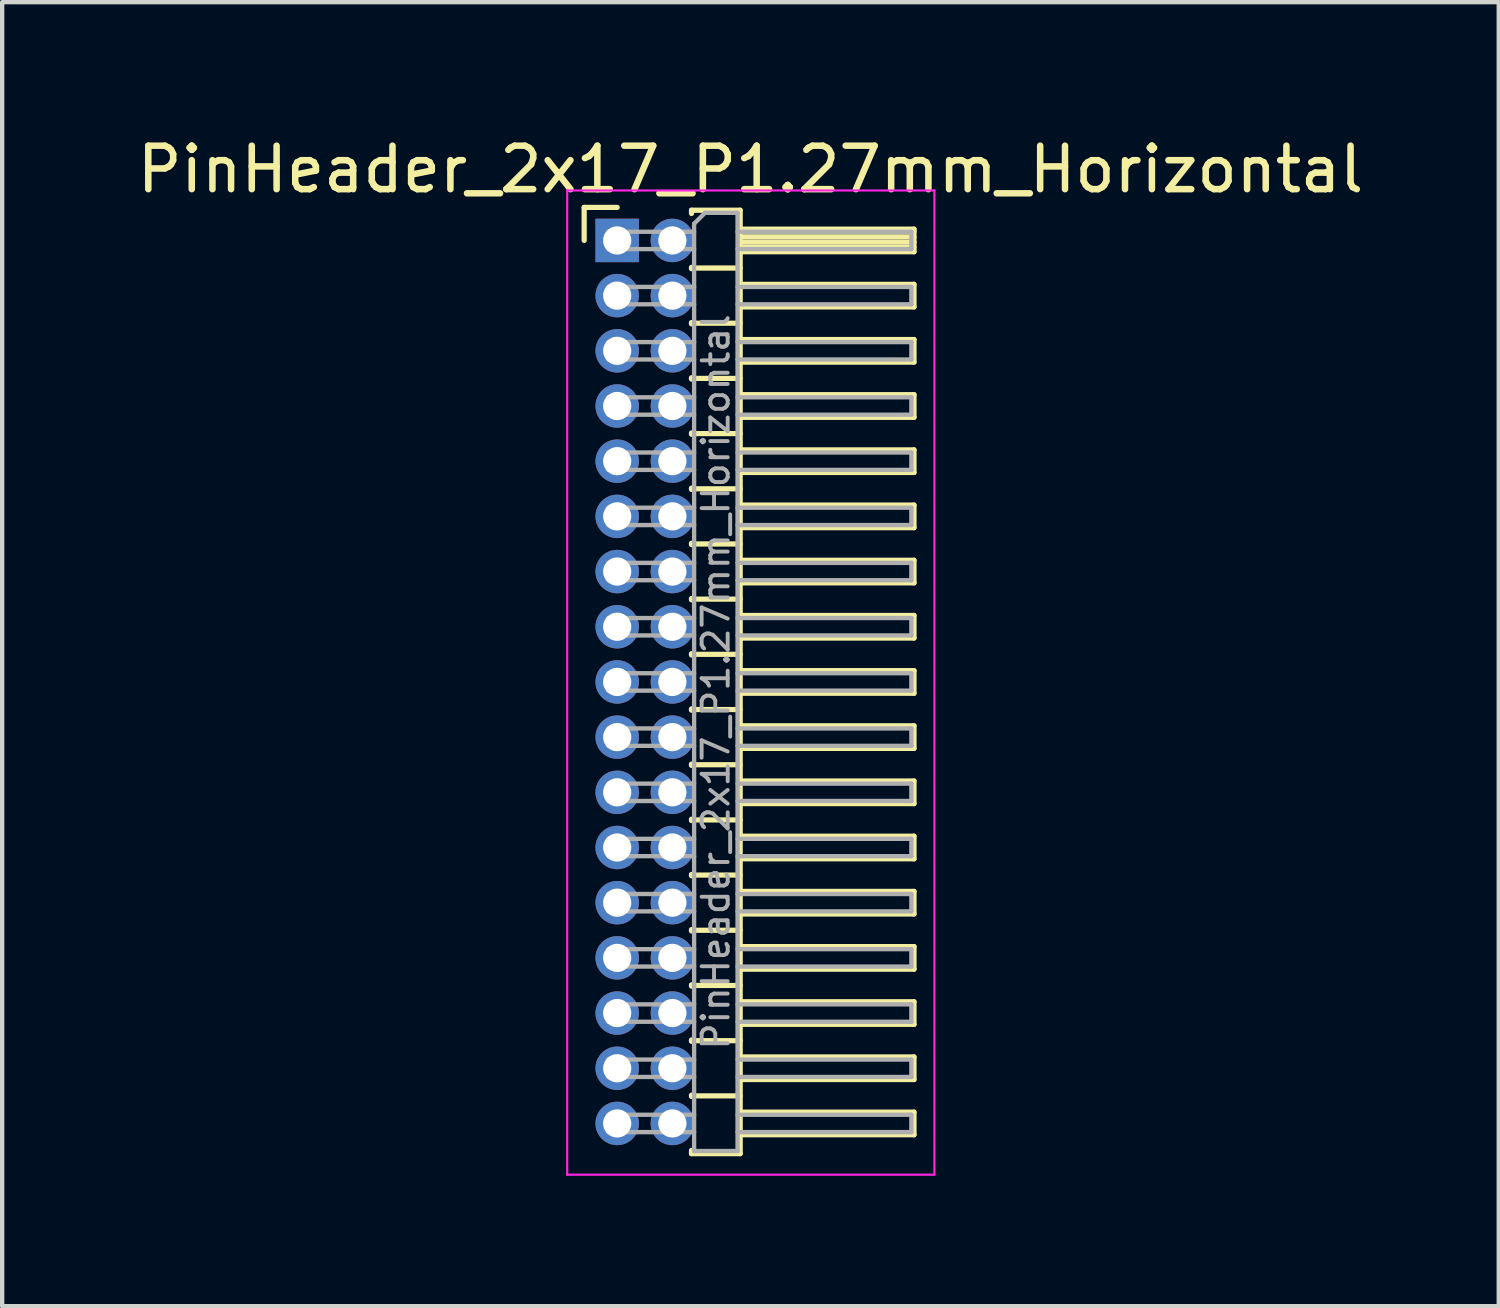
<source format=kicad_pcb>
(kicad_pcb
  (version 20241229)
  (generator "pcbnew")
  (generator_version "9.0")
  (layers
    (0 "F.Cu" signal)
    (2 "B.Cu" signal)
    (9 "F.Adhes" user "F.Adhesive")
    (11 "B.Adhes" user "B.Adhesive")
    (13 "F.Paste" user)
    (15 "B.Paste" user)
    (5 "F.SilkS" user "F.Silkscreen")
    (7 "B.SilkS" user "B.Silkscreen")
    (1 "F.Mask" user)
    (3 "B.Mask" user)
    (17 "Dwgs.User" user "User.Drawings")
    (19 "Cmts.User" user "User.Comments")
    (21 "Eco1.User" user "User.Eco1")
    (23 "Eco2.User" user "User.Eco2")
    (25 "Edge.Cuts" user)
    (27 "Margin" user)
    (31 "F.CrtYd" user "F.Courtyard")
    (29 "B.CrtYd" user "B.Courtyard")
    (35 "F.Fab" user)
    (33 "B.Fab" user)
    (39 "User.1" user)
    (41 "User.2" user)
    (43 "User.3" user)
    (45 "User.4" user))
  (footprint "PinHeader_2x17_P1.27mm_Horizontal"
    (layer "F.Cu")
    (at 11.153 2.483)
    (property "Reference" "PinHeader_2x17_P1.27mm_Horizontal" (at 3.067 -1.635 0) (layer "F.SilkS") (effects (font (size 1 1) (thickness 0.15))))
    (attr through_hole)
    (fp_line (start -0.76 -0.76) (end 0 -0.76) (stroke (width 0.12) (type solid)) (layer "F.SilkS"))
    (fp_line (start -0.76 0) (end -0.76 -0.76) (stroke (width 0.12) (type solid)) (layer "F.SilkS"))
    (fp_line (start 1.71 -0.695) (end 2.83 -0.695) (stroke (width 0.12) (type solid)) (layer "F.SilkS"))
    (fp_line (start 1.71 -0.62) (end 1.71 -0.695) (stroke (width 0.12) (type solid)) (layer "F.SilkS"))
    (fp_line (start 1.71 0.62) (end 1.71 0.65) (stroke (width 0.12) (type solid)) (layer "F.SilkS"))
    (fp_line (start 1.71 0.635) (end 2.83 0.635) (stroke (width 0.12) (type solid)) (layer "F.SilkS"))
    (fp_line (start 1.71 1.89) (end 1.71 1.92) (stroke (width 0.12) (type solid)) (layer "F.SilkS"))
    (fp_line (start 1.71 1.905) (end 2.83 1.905) (stroke (width 0.12) (type solid)) (layer "F.SilkS"))
    (fp_line (start 1.71 3.16) (end 1.71 3.19) (stroke (width 0.12) (type solid)) (layer "F.SilkS"))
    (fp_line (start 1.71 3.175) (end 2.83 3.175) (stroke (width 0.12) (type solid)) (layer "F.SilkS"))
    (fp_line (start 1.71 4.43) (end 1.71 4.46) (stroke (width 0.12) (type solid)) (layer "F.SilkS"))
    (fp_line (start 1.71 4.445) (end 2.83 4.445) (stroke (width 0.12) (type solid)) (layer "F.SilkS"))
    (fp_line (start 1.71 5.7) (end 1.71 5.73) (stroke (width 0.12) (type solid)) (layer "F.SilkS"))
    (fp_line (start 1.71 5.715) (end 2.83 5.715) (stroke (width 0.12) (type solid)) (layer "F.SilkS"))
    (fp_line (start 1.71 6.97) (end 1.71 7) (stroke (width 0.12) (type solid)) (layer "F.SilkS"))
    (fp_line (start 1.71 6.985) (end 2.83 6.985) (stroke (width 0.12) (type solid)) (layer "F.SilkS"))
    (fp_line (start 1.71 8.24) (end 1.71 8.27) (stroke (width 0.12) (type solid)) (layer "F.SilkS"))
    (fp_line (start 1.71 8.255) (end 2.83 8.255) (stroke (width 0.12) (type solid)) (layer "F.SilkS"))
    (fp_line (start 1.71 9.51) (end 1.71 9.54) (stroke (width 0.12) (type solid)) (layer "F.SilkS"))
    (fp_line (start 1.71 9.525) (end 2.83 9.525) (stroke (width 0.12) (type solid)) (layer "F.SilkS"))
    (fp_line (start 1.71 10.78) (end 1.71 10.81) (stroke (width 0.12) (type solid)) (layer "F.SilkS"))
    (fp_line (start 1.71 10.795) (end 2.83 10.795) (stroke (width 0.12) (type solid)) (layer "F.SilkS"))
    (fp_line (start 1.71 12.05) (end 1.71 12.08) (stroke (width 0.12) (type solid)) (layer "F.SilkS"))
    (fp_line (start 1.71 12.065) (end 2.83 12.065) (stroke (width 0.12) (type solid)) (layer "F.SilkS"))
    (fp_line (start 1.71 13.32) (end 1.71 13.35) (stroke (width 0.12) (type solid)) (layer "F.SilkS"))
    (fp_line (start 1.71 13.335) (end 2.83 13.335) (stroke (width 0.12) (type solid)) (layer "F.SilkS"))
    (fp_line (start 1.71 14.59) (end 1.71 14.62) (stroke (width 0.12) (type solid)) (layer "F.SilkS"))
    (fp_line (start 1.71 14.605) (end 2.83 14.605) (stroke (width 0.12) (type solid)) (layer "F.SilkS"))
    (fp_line (start 1.71 15.86) (end 1.71 15.89) (stroke (width 0.12) (type solid)) (layer "F.SilkS"))
    (fp_line (start 1.71 15.875) (end 2.83 15.875) (stroke (width 0.12) (type solid)) (layer "F.SilkS"))
    (fp_line (start 1.71 17.13) (end 1.71 17.16) (stroke (width 0.12) (type solid)) (layer "F.SilkS"))
    (fp_line (start 1.71 17.145) (end 2.83 17.145) (stroke (width 0.12) (type solid)) (layer "F.SilkS"))
    (fp_line (start 1.71 18.4) (end 1.71 18.43) (stroke (width 0.12) (type solid)) (layer "F.SilkS"))
    (fp_line (start 1.71 18.415) (end 2.83 18.415) (stroke (width 0.12) (type solid)) (layer "F.SilkS"))
    (fp_line (start 1.71 19.67) (end 1.71 19.7) (stroke (width 0.12) (type solid)) (layer "F.SilkS"))
    (fp_line (start 1.71 19.685) (end 2.83 19.685) (stroke (width 0.12) (type solid)) (layer "F.SilkS"))
    (fp_line (start 1.71 21.015) (end 1.71 20.94) (stroke (width 0.12) (type solid)) (layer "F.SilkS"))
    (fp_line (start 2.83 -0.695) (end 2.83 21.015) (stroke (width 0.12) (type solid)) (layer "F.SilkS"))
    (fp_line (start 2.83 -0.26) (end 6.83 -0.26) (stroke (width 0.12) (type solid)) (layer "F.SilkS"))
    (fp_line (start 2.83 -0.2) (end 6.83 -0.2) (stroke (width 0.12) (type solid)) (layer "F.SilkS"))
    (fp_line (start 2.83 -0.08) (end 6.83 -0.08) (stroke (width 0.12) (type solid)) (layer "F.SilkS"))
    (fp_line (start 2.83 0.04) (end 6.83 0.04) (stroke (width 0.12) (type solid)) (layer "F.SilkS"))
    (fp_line (start 2.83 0.16) (end 6.83 0.16) (stroke (width 0.12) (type solid)) (layer "F.SilkS"))
    (fp_line (start 2.83 1.01) (end 6.83 1.01) (stroke (width 0.12) (type solid)) (layer "F.SilkS"))
    (fp_line (start 2.83 2.28) (end 6.83 2.28) (stroke (width 0.12) (type solid)) (layer "F.SilkS"))
    (fp_line (start 2.83 3.55) (end 6.83 3.55) (stroke (width 0.12) (type solid)) (layer "F.SilkS"))
    (fp_line (start 2.83 4.82) (end 6.83 4.82) (stroke (width 0.12) (type solid)) (layer "F.SilkS"))
    (fp_line (start 2.83 6.09) (end 6.83 6.09) (stroke (width 0.12) (type solid)) (layer "F.SilkS"))
    (fp_line (start 2.83 7.36) (end 6.83 7.36) (stroke (width 0.12) (type solid)) (layer "F.SilkS"))
    (fp_line (start 2.83 8.63) (end 6.83 8.63) (stroke (width 0.12) (type solid)) (layer "F.SilkS"))
    (fp_line (start 2.83 9.9) (end 6.83 9.9) (stroke (width 0.12) (type solid)) (layer "F.SilkS"))
    (fp_line (start 2.83 11.17) (end 6.83 11.17) (stroke (width 0.12) (type solid)) (layer "F.SilkS"))
    (fp_line (start 2.83 12.44) (end 6.83 12.44) (stroke (width 0.12) (type solid)) (layer "F.SilkS"))
    (fp_line (start 2.83 13.71) (end 6.83 13.71) (stroke (width 0.12) (type solid)) (layer "F.SilkS"))
    (fp_line (start 2.83 14.98) (end 6.83 14.98) (stroke (width 0.12) (type solid)) (layer "F.SilkS"))
    (fp_line (start 2.83 16.25) (end 6.83 16.25) (stroke (width 0.12) (type solid)) (layer "F.SilkS"))
    (fp_line (start 2.83 17.52) (end 6.83 17.52) (stroke (width 0.12) (type solid)) (layer "F.SilkS"))
    (fp_line (start 2.83 18.79) (end 6.83 18.79) (stroke (width 0.12) (type solid)) (layer "F.SilkS"))
    (fp_line (start 2.83 20.06) (end 6.83 20.06) (stroke (width 0.12) (type solid)) (layer "F.SilkS"))
    (fp_line (start 2.83 21.015) (end 1.71 21.015) (stroke (width 0.12) (type solid)) (layer "F.SilkS"))
    (fp_line (start 6.83 -0.26) (end 6.83 0.26) (stroke (width 0.12) (type solid)) (layer "F.SilkS"))
    (fp_line (start 6.83 0.26) (end 2.83 0.26) (stroke (width 0.12) (type solid)) (layer "F.SilkS"))
    (fp_line (start 6.83 1.01) (end 6.83 1.53) (stroke (width 0.12) (type solid)) (layer "F.SilkS"))
    (fp_line (start 6.83 1.53) (end 2.83 1.53) (stroke (width 0.12) (type solid)) (layer "F.SilkS"))
    (fp_line (start 6.83 2.28) (end 6.83 2.8) (stroke (width 0.12) (type solid)) (layer "F.SilkS"))
    (fp_line (start 6.83 2.8) (end 2.83 2.8) (stroke (width 0.12) (type solid)) (layer "F.SilkS"))
    (fp_line (start 6.83 3.55) (end 6.83 4.07) (stroke (width 0.12) (type solid)) (layer "F.SilkS"))
    (fp_line (start 6.83 4.07) (end 2.83 4.07) (stroke (width 0.12) (type solid)) (layer "F.SilkS"))
    (fp_line (start 6.83 4.82) (end 6.83 5.34) (stroke (width 0.12) (type solid)) (layer "F.SilkS"))
    (fp_line (start 6.83 5.34) (end 2.83 5.34) (stroke (width 0.12) (type solid)) (layer "F.SilkS"))
    (fp_line (start 6.83 6.09) (end 6.83 6.61) (stroke (width 0.12) (type solid)) (layer "F.SilkS"))
    (fp_line (start 6.83 6.61) (end 2.83 6.61) (stroke (width 0.12) (type solid)) (layer "F.SilkS"))
    (fp_line (start 6.83 7.36) (end 6.83 7.88) (stroke (width 0.12) (type solid)) (layer "F.SilkS"))
    (fp_line (start 6.83 7.88) (end 2.83 7.88) (stroke (width 0.12) (type solid)) (layer "F.SilkS"))
    (fp_line (start 6.83 8.63) (end 6.83 9.15) (stroke (width 0.12) (type solid)) (layer "F.SilkS"))
    (fp_line (start 6.83 9.15) (end 2.83 9.15) (stroke (width 0.12) (type solid)) (layer "F.SilkS"))
    (fp_line (start 6.83 9.9) (end 6.83 10.42) (stroke (width 0.12) (type solid)) (layer "F.SilkS"))
    (fp_line (start 6.83 10.42) (end 2.83 10.42) (stroke (width 0.12) (type solid)) (layer "F.SilkS"))
    (fp_line (start 6.83 11.17) (end 6.83 11.69) (stroke (width 0.12) (type solid)) (layer "F.SilkS"))
    (fp_line (start 6.83 11.69) (end 2.83 11.69) (stroke (width 0.12) (type solid)) (layer "F.SilkS"))
    (fp_line (start 6.83 12.44) (end 6.83 12.96) (stroke (width 0.12) (type solid)) (layer "F.SilkS"))
    (fp_line (start 6.83 12.96) (end 2.83 12.96) (stroke (width 0.12) (type solid)) (layer "F.SilkS"))
    (fp_line (start 6.83 13.71) (end 6.83 14.23) (stroke (width 0.12) (type solid)) (layer "F.SilkS"))
    (fp_line (start 6.83 14.23) (end 2.83 14.23) (stroke (width 0.12) (type solid)) (layer "F.SilkS"))
    (fp_line (start 6.83 14.98) (end 6.83 15.5) (stroke (width 0.12) (type solid)) (layer "F.SilkS"))
    (fp_line (start 6.83 15.5) (end 2.83 15.5) (stroke (width 0.12) (type solid)) (layer "F.SilkS"))
    (fp_line (start 6.83 16.25) (end 6.83 16.77) (stroke (width 0.12) (type solid)) (layer "F.SilkS"))
    (fp_line (start 6.83 16.77) (end 2.83 16.77) (stroke (width 0.12) (type solid)) (layer "F.SilkS"))
    (fp_line (start 6.83 17.52) (end 6.83 18.04) (stroke (width 0.12) (type solid)) (layer "F.SilkS"))
    (fp_line (start 6.83 18.04) (end 2.83 18.04) (stroke (width 0.12) (type solid)) (layer "F.SilkS"))
    (fp_line (start 6.83 18.79) (end 6.83 19.31) (stroke (width 0.12) (type solid)) (layer "F.SilkS"))
    (fp_line (start 6.83 19.31) (end 2.83 19.31) (stroke (width 0.12) (type solid)) (layer "F.SilkS"))
    (fp_line (start 6.83 20.06) (end 6.83 20.58) (stroke (width 0.12) (type solid)) (layer "F.SilkS"))
    (fp_line (start 6.83 20.58) (end 2.83 20.58) (stroke (width 0.12) (type solid)) (layer "F.SilkS"))
    (fp_line (start -1.15 -1.15) (end -1.15 21.5) (stroke (width 0.05) (type solid)) (layer "F.CrtYd"))
    (fp_line (start -1.15 21.5) (end 7.3 21.5) (stroke (width 0.05) (type solid)) (layer "F.CrtYd"))
    (fp_line (start 7.3 -1.15) (end -1.15 -1.15) (stroke (width 0.05) (type solid)) (layer "F.CrtYd"))
    (fp_line (start 7.3 21.5) (end 7.3 -1.15) (stroke (width 0.05) (type solid)) (layer "F.CrtYd"))
    (fp_line (start -0.2 -0.2) (end -0.2 0.2) (stroke (width 0.1) (type solid)) (layer "F.Fab"))
    (fp_line (start -0.2 -0.2) (end 1.77 -0.2) (stroke (width 0.1) (type solid)) (layer "F.Fab"))
    (fp_line (start -0.2 0.2) (end 1.77 0.2) (stroke (width 0.1) (type solid)) (layer "F.Fab"))
    (fp_line (start -0.2 1.07) (end -0.2 1.47) (stroke (width 0.1) (type solid)) (layer "F.Fab"))
    (fp_line (start -0.2 1.07) (end 1.77 1.07) (stroke (width 0.1) (type solid)) (layer "F.Fab"))
    (fp_line (start -0.2 1.47) (end 1.77 1.47) (stroke (width 0.1) (type solid)) (layer "F.Fab"))
    (fp_line (start -0.2 2.34) (end -0.2 2.74) (stroke (width 0.1) (type solid)) (layer "F.Fab"))
    (fp_line (start -0.2 2.34) (end 1.77 2.34) (stroke (width 0.1) (type solid)) (layer "F.Fab"))
    (fp_line (start -0.2 2.74) (end 1.77 2.74) (stroke (width 0.1) (type solid)) (layer "F.Fab"))
    (fp_line (start -0.2 3.61) (end -0.2 4.01) (stroke (width 0.1) (type solid)) (layer "F.Fab"))
    (fp_line (start -0.2 3.61) (end 1.77 3.61) (stroke (width 0.1) (type solid)) (layer "F.Fab"))
    (fp_line (start -0.2 4.01) (end 1.77 4.01) (stroke (width 0.1) (type solid)) (layer "F.Fab"))
    (fp_line (start -0.2 4.88) (end -0.2 5.28) (stroke (width 0.1) (type solid)) (layer "F.Fab"))
    (fp_line (start -0.2 4.88) (end 1.77 4.88) (stroke (width 0.1) (type solid)) (layer "F.Fab"))
    (fp_line (start -0.2 5.28) (end 1.77 5.28) (stroke (width 0.1) (type solid)) (layer "F.Fab"))
    (fp_line (start -0.2 6.15) (end -0.2 6.55) (stroke (width 0.1) (type solid)) (layer "F.Fab"))
    (fp_line (start -0.2 6.15) (end 1.77 6.15) (stroke (width 0.1) (type solid)) (layer "F.Fab"))
    (fp_line (start -0.2 6.55) (end 1.77 6.55) (stroke (width 0.1) (type solid)) (layer "F.Fab"))
    (fp_line (start -0.2 7.42) (end -0.2 7.82) (stroke (width 0.1) (type solid)) (layer "F.Fab"))
    (fp_line (start -0.2 7.42) (end 1.77 7.42) (stroke (width 0.1) (type solid)) (layer "F.Fab"))
    (fp_line (start -0.2 7.82) (end 1.77 7.82) (stroke (width 0.1) (type solid)) (layer "F.Fab"))
    (fp_line (start -0.2 8.69) (end -0.2 9.09) (stroke (width 0.1) (type solid)) (layer "F.Fab"))
    (fp_line (start -0.2 8.69) (end 1.77 8.69) (stroke (width 0.1) (type solid)) (layer "F.Fab"))
    (fp_line (start -0.2 9.09) (end 1.77 9.09) (stroke (width 0.1) (type solid)) (layer "F.Fab"))
    (fp_line (start -0.2 9.96) (end -0.2 10.36) (stroke (width 0.1) (type solid)) (layer "F.Fab"))
    (fp_line (start -0.2 9.96) (end 1.77 9.96) (stroke (width 0.1) (type solid)) (layer "F.Fab"))
    (fp_line (start -0.2 10.36) (end 1.77 10.36) (stroke (width 0.1) (type solid)) (layer "F.Fab"))
    (fp_line (start -0.2 11.23) (end -0.2 11.63) (stroke (width 0.1) (type solid)) (layer "F.Fab"))
    (fp_line (start -0.2 11.23) (end 1.77 11.23) (stroke (width 0.1) (type solid)) (layer "F.Fab"))
    (fp_line (start -0.2 11.63) (end 1.77 11.63) (stroke (width 0.1) (type solid)) (layer "F.Fab"))
    (fp_line (start -0.2 12.5) (end -0.2 12.9) (stroke (width 0.1) (type solid)) (layer "F.Fab"))
    (fp_line (start -0.2 12.5) (end 1.77 12.5) (stroke (width 0.1) (type solid)) (layer "F.Fab"))
    (fp_line (start -0.2 12.9) (end 1.77 12.9) (stroke (width 0.1) (type solid)) (layer "F.Fab"))
    (fp_line (start -0.2 13.77) (end -0.2 14.17) (stroke (width 0.1) (type solid)) (layer "F.Fab"))
    (fp_line (start -0.2 13.77) (end 1.77 13.77) (stroke (width 0.1) (type solid)) (layer "F.Fab"))
    (fp_line (start -0.2 14.17) (end 1.77 14.17) (stroke (width 0.1) (type solid)) (layer "F.Fab"))
    (fp_line (start -0.2 15.04) (end -0.2 15.44) (stroke (width 0.1) (type solid)) (layer "F.Fab"))
    (fp_line (start -0.2 15.04) (end 1.77 15.04) (stroke (width 0.1) (type solid)) (layer "F.Fab"))
    (fp_line (start -0.2 15.44) (end 1.77 15.44) (stroke (width 0.1) (type solid)) (layer "F.Fab"))
    (fp_line (start -0.2 16.31) (end -0.2 16.71) (stroke (width 0.1) (type solid)) (layer "F.Fab"))
    (fp_line (start -0.2 16.31) (end 1.77 16.31) (stroke (width 0.1) (type solid)) (layer "F.Fab"))
    (fp_line (start -0.2 16.71) (end 1.77 16.71) (stroke (width 0.1) (type solid)) (layer "F.Fab"))
    (fp_line (start -0.2 17.58) (end -0.2 17.98) (stroke (width 0.1) (type solid)) (layer "F.Fab"))
    (fp_line (start -0.2 17.58) (end 1.77 17.58) (stroke (width 0.1) (type solid)) (layer "F.Fab"))
    (fp_line (start -0.2 17.98) (end 1.77 17.98) (stroke (width 0.1) (type solid)) (layer "F.Fab"))
    (fp_line (start -0.2 18.85) (end -0.2 19.25) (stroke (width 0.1) (type solid)) (layer "F.Fab"))
    (fp_line (start -0.2 18.85) (end 1.77 18.85) (stroke (width 0.1) (type solid)) (layer "F.Fab"))
    (fp_line (start -0.2 19.25) (end 1.77 19.25) (stroke (width 0.1) (type solid)) (layer "F.Fab"))
    (fp_line (start -0.2 20.12) (end -0.2 20.52) (stroke (width 0.1) (type solid)) (layer "F.Fab"))
    (fp_line (start -0.2 20.12) (end 1.77 20.12) (stroke (width 0.1) (type solid)) (layer "F.Fab"))
    (fp_line (start -0.2 20.52) (end 1.77 20.52) (stroke (width 0.1) (type solid)) (layer "F.Fab"))
    (fp_line (start 1.77 -0.385) (end 2.02 -0.635) (stroke (width 0.1) (type solid)) (layer "F.Fab"))
    (fp_line (start 1.77 20.955) (end 1.77 -0.385) (stroke (width 0.1) (type solid)) (layer "F.Fab"))
    (fp_line (start 2.02 -0.635) (end 2.77 -0.635) (stroke (width 0.1) (type solid)) (layer "F.Fab"))
    (fp_line (start 2.77 -0.635) (end 2.77 20.955) (stroke (width 0.1) (type solid)) (layer "F.Fab"))
    (fp_line (start 2.77 -0.2) (end 6.77 -0.2) (stroke (width 0.1) (type solid)) (layer "F.Fab"))
    (fp_line (start 2.77 0.2) (end 6.77 0.2) (stroke (width 0.1) (type solid)) (layer "F.Fab"))
    (fp_line (start 2.77 1.07) (end 6.77 1.07) (stroke (width 0.1) (type solid)) (layer "F.Fab"))
    (fp_line (start 2.77 1.47) (end 6.77 1.47) (stroke (width 0.1) (type solid)) (layer "F.Fab"))
    (fp_line (start 2.77 2.34) (end 6.77 2.34) (stroke (width 0.1) (type solid)) (layer "F.Fab"))
    (fp_line (start 2.77 2.74) (end 6.77 2.74) (stroke (width 0.1) (type solid)) (layer "F.Fab"))
    (fp_line (start 2.77 3.61) (end 6.77 3.61) (stroke (width 0.1) (type solid)) (layer "F.Fab"))
    (fp_line (start 2.77 4.01) (end 6.77 4.01) (stroke (width 0.1) (type solid)) (layer "F.Fab"))
    (fp_line (start 2.77 4.88) (end 6.77 4.88) (stroke (width 0.1) (type solid)) (layer "F.Fab"))
    (fp_line (start 2.77 5.28) (end 6.77 5.28) (stroke (width 0.1) (type solid)) (layer "F.Fab"))
    (fp_line (start 2.77 6.15) (end 6.77 6.15) (stroke (width 0.1) (type solid)) (layer "F.Fab"))
    (fp_line (start 2.77 6.55) (end 6.77 6.55) (stroke (width 0.1) (type solid)) (layer "F.Fab"))
    (fp_line (start 2.77 7.42) (end 6.77 7.42) (stroke (width 0.1) (type solid)) (layer "F.Fab"))
    (fp_line (start 2.77 7.82) (end 6.77 7.82) (stroke (width 0.1) (type solid)) (layer "F.Fab"))
    (fp_line (start 2.77 8.69) (end 6.77 8.69) (stroke (width 0.1) (type solid)) (layer "F.Fab"))
    (fp_line (start 2.77 9.09) (end 6.77 9.09) (stroke (width 0.1) (type solid)) (layer "F.Fab"))
    (fp_line (start 2.77 9.96) (end 6.77 9.96) (stroke (width 0.1) (type solid)) (layer "F.Fab"))
    (fp_line (start 2.77 10.36) (end 6.77 10.36) (stroke (width 0.1) (type solid)) (layer "F.Fab"))
    (fp_line (start 2.77 11.23) (end 6.77 11.23) (stroke (width 0.1) (type solid)) (layer "F.Fab"))
    (fp_line (start 2.77 11.63) (end 6.77 11.63) (stroke (width 0.1) (type solid)) (layer "F.Fab"))
    (fp_line (start 2.77 12.5) (end 6.77 12.5) (stroke (width 0.1) (type solid)) (layer "F.Fab"))
    (fp_line (start 2.77 12.9) (end 6.77 12.9) (stroke (width 0.1) (type solid)) (layer "F.Fab"))
    (fp_line (start 2.77 13.77) (end 6.77 13.77) (stroke (width 0.1) (type solid)) (layer "F.Fab"))
    (fp_line (start 2.77 14.17) (end 6.77 14.17) (stroke (width 0.1) (type solid)) (layer "F.Fab"))
    (fp_line (start 2.77 15.04) (end 6.77 15.04) (stroke (width 0.1) (type solid)) (layer "F.Fab"))
    (fp_line (start 2.77 15.44) (end 6.77 15.44) (stroke (width 0.1) (type solid)) (layer "F.Fab"))
    (fp_line (start 2.77 16.31) (end 6.77 16.31) (stroke (width 0.1) (type solid)) (layer "F.Fab"))
    (fp_line (start 2.77 16.71) (end 6.77 16.71) (stroke (width 0.1) (type solid)) (layer "F.Fab"))
    (fp_line (start 2.77 17.58) (end 6.77 17.58) (stroke (width 0.1) (type solid)) (layer "F.Fab"))
    (fp_line (start 2.77 17.98) (end 6.77 17.98) (stroke (width 0.1) (type solid)) (layer "F.Fab"))
    (fp_line (start 2.77 18.85) (end 6.77 18.85) (stroke (width 0.1) (type solid)) (layer "F.Fab"))
    (fp_line (start 2.77 19.25) (end 6.77 19.25) (stroke (width 0.1) (type solid)) (layer "F.Fab"))
    (fp_line (start 2.77 20.12) (end 6.77 20.12) (stroke (width 0.1) (type solid)) (layer "F.Fab"))
    (fp_line (start 2.77 20.52) (end 6.77 20.52) (stroke (width 0.1) (type solid)) (layer "F.Fab"))
    (fp_line (start 2.77 20.955) (end 1.77 20.955) (stroke (width 0.1) (type solid)) (layer "F.Fab"))
    (fp_line (start 6.77 -0.2) (end 6.77 0.2) (stroke (width 0.1) (type solid)) (layer "F.Fab"))
    (fp_line (start 6.77 1.07) (end 6.77 1.47) (stroke (width 0.1) (type solid)) (layer "F.Fab"))
    (fp_line (start 6.77 2.34) (end 6.77 2.74) (stroke (width 0.1) (type solid)) (layer "F.Fab"))
    (fp_line (start 6.77 3.61) (end 6.77 4.01) (stroke (width 0.1) (type solid)) (layer "F.Fab"))
    (fp_line (start 6.77 4.88) (end 6.77 5.28) (stroke (width 0.1) (type solid)) (layer "F.Fab"))
    (fp_line (start 6.77 6.15) (end 6.77 6.55) (stroke (width 0.1) (type solid)) (layer "F.Fab"))
    (fp_line (start 6.77 7.42) (end 6.77 7.82) (stroke (width 0.1) (type solid)) (layer "F.Fab"))
    (fp_line (start 6.77 8.69) (end 6.77 9.09) (stroke (width 0.1) (type solid)) (layer "F.Fab"))
    (fp_line (start 6.77 9.96) (end 6.77 10.36) (stroke (width 0.1) (type solid)) (layer "F.Fab"))
    (fp_line (start 6.77 11.23) (end 6.77 11.63) (stroke (width 0.1) (type solid)) (layer "F.Fab"))
    (fp_line (start 6.77 12.5) (end 6.77 12.9) (stroke (width 0.1) (type solid)) (layer "F.Fab"))
    (fp_line (start 6.77 13.77) (end 6.77 14.17) (stroke (width 0.1) (type solid)) (layer "F.Fab"))
    (fp_line (start 6.77 15.04) (end 6.77 15.44) (stroke (width 0.1) (type solid)) (layer "F.Fab"))
    (fp_line (start 6.77 16.31) (end 6.77 16.71) (stroke (width 0.1) (type solid)) (layer "F.Fab"))
    (fp_line (start 6.77 17.58) (end 6.77 17.98) (stroke (width 0.1) (type solid)) (layer "F.Fab"))
    (fp_line (start 6.77 18.85) (end 6.77 19.25) (stroke (width 0.1) (type solid)) (layer "F.Fab"))
    (fp_line (start 6.77 20.12) (end 6.77 20.52) (stroke (width 0.1) (type solid)) (layer "F.Fab"))
    (fp_text user "${REFERENCE}" (at 2.27 10.16 90) (layer "F.Fab") (effects (font (size 0.6 0.6) (thickness 0.09))))
    (pad "1" thru_hole rect (at 0 0) (size 1 1) (drill 0.65) (layers "*.Cu" "*.Mask"))
    (pad "2" thru_hole oval (at 1.27 0) (size 1 1) (drill 0.65) (layers "*.Cu" "*.Mask"))
    (pad "3" thru_hole oval (at 0 1.27) (size 1 1) (drill 0.65) (layers "*.Cu" "*.Mask"))
    (pad "4" thru_hole oval (at 1.27 1.27) (size 1 1) (drill 0.65) (layers "*.Cu" "*.Mask"))
    (pad "5" thru_hole oval (at 0 2.54) (size 1 1) (drill 0.65) (layers "*.Cu" "*.Mask"))
    (pad "6" thru_hole oval (at 1.27 2.54) (size 1 1) (drill 0.65) (layers "*.Cu" "*.Mask"))
    (pad "7" thru_hole oval (at 0 3.81) (size 1 1) (drill 0.65) (layers "*.Cu" "*.Mask"))
    (pad "8" thru_hole oval (at 1.27 3.81) (size 1 1) (drill 0.65) (layers "*.Cu" "*.Mask"))
    (pad "9" thru_hole oval (at 0 5.08) (size 1 1) (drill 0.65) (layers "*.Cu" "*.Mask"))
    (pad "10" thru_hole oval (at 1.27 5.08) (size 1 1) (drill 0.65) (layers "*.Cu" "*.Mask"))
    (pad "11" thru_hole oval (at 0 6.35) (size 1 1) (drill 0.65) (layers "*.Cu" "*.Mask"))
    (pad "12" thru_hole oval (at 1.27 6.35) (size 1 1) (drill 0.65) (layers "*.Cu" "*.Mask"))
    (pad "13" thru_hole oval (at 0 7.62) (size 1 1) (drill 0.65) (layers "*.Cu" "*.Mask"))
    (pad "14" thru_hole oval (at 1.27 7.62) (size 1 1) (drill 0.65) (layers "*.Cu" "*.Mask"))
    (pad "15" thru_hole oval (at 0 8.89) (size 1 1) (drill 0.65) (layers "*.Cu" "*.Mask"))
    (pad "16" thru_hole oval (at 1.27 8.89) (size 1 1) (drill 0.65) (layers "*.Cu" "*.Mask"))
    (pad "17" thru_hole oval (at 0 10.16) (size 1 1) (drill 0.65) (layers "*.Cu" "*.Mask"))
    (pad "18" thru_hole oval (at 1.27 10.16) (size 1 1) (drill 0.65) (layers "*.Cu" "*.Mask"))
    (pad "19" thru_hole oval (at 0 11.43) (size 1 1) (drill 0.65) (layers "*.Cu" "*.Mask"))
    (pad "20" thru_hole oval (at 1.27 11.43) (size 1 1) (drill 0.65) (layers "*.Cu" "*.Mask"))
    (pad "21" thru_hole oval (at 0 12.7) (size 1 1) (drill 0.65) (layers "*.Cu" "*.Mask"))
    (pad "22" thru_hole oval (at 1.27 12.7) (size 1 1) (drill 0.65) (layers "*.Cu" "*.Mask"))
    (pad "23" thru_hole oval (at 0 13.97) (size 1 1) (drill 0.65) (layers "*.Cu" "*.Mask"))
    (pad "24" thru_hole oval (at 1.27 13.97) (size 1 1) (drill 0.65) (layers "*.Cu" "*.Mask"))
    (pad "25" thru_hole oval (at 0 15.24) (size 1 1) (drill 0.65) (layers "*.Cu" "*.Mask"))
    (pad "26" thru_hole oval (at 1.27 15.24) (size 1 1) (drill 0.65) (layers "*.Cu" "*.Mask"))
    (pad "27" thru_hole oval (at 0 16.51) (size 1 1) (drill 0.65) (layers "*.Cu" "*.Mask"))
    (pad "28" thru_hole oval (at 1.27 16.51) (size 1 1) (drill 0.65) (layers "*.Cu" "*.Mask"))
    (pad "29" thru_hole oval (at 0 17.78) (size 1 1) (drill 0.65) (layers "*.Cu" "*.Mask"))
    (pad "30" thru_hole oval (at 1.27 17.78) (size 1 1) (drill 0.65) (layers "*.Cu" "*.Mask"))
    (pad "31" thru_hole oval (at 0 19.05) (size 1 1) (drill 0.65) (layers "*.Cu" "*.Mask"))
    (pad "32" thru_hole oval (at 1.27 19.05) (size 1 1) (drill 0.65) (layers "*.Cu" "*.Mask"))
    (pad "33" thru_hole oval (at 0 20.32) (size 1 1) (drill 0.65) (layers "*.Cu" "*.Mask"))
    (pad "34" thru_hole oval (at 1.27 20.32) (size 1 1) (drill 0.65) (layers "*.Cu" "*.Mask")))
  (gr_rect
    (start -3 -3)
    (end 31.44 27.008)
    (stroke (width 0.1) (type default))
    (fill no)
    (layer "Edge.Cuts")))
</source>
